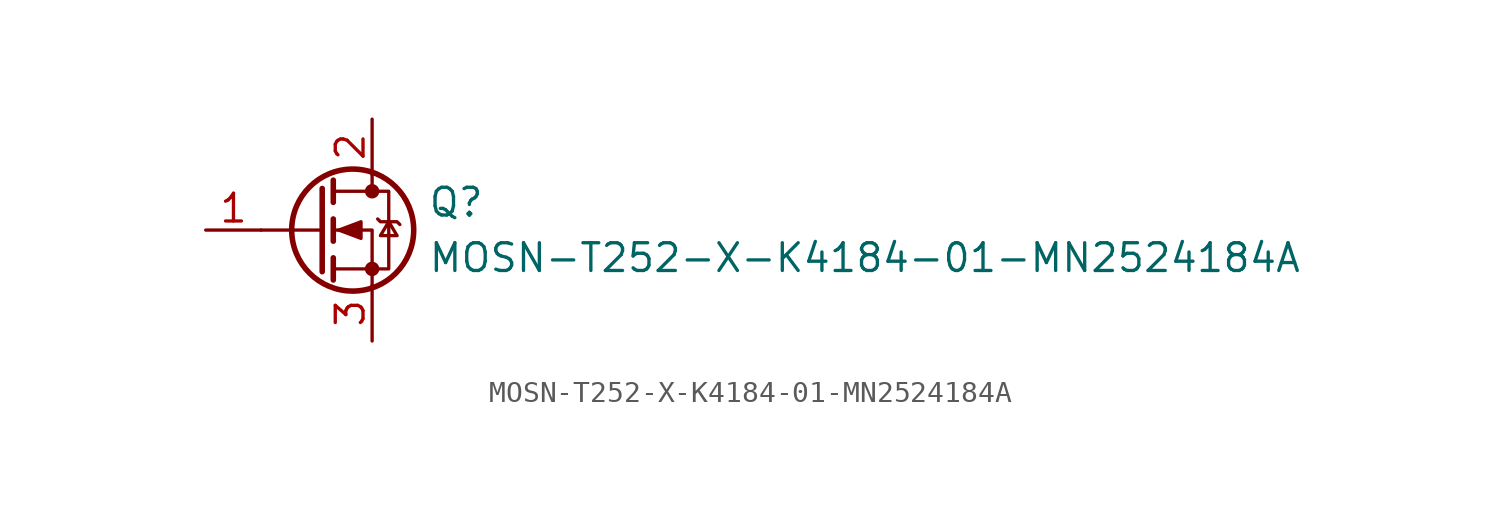
<source format=kicad_sym>
(kicad_symbol_lib
  (version 20211014)
  (generator kicad_symbol_editor)
  (symbol "MOSN-T252-X-K4184-01-MN2524184A"
    (pin_names
      (offset 0) hide)
    (property "Reference" "Q"
      (at 5.08 1.27 0)
      (effects (font (size 1.27 1.27)) (justify left)))
    (property "Value" "MOSN-T252-X-K4184-01-MN2524184A"
      (at 5.08 -1.27 0)
      (effects (font (size 1.27 1.27)) (justify left)))
    (symbol "MOSN-T252-X-K4184-01-MN2524184A_0_1"
      (polyline (pts (xy 0.254 0) (xy -2.54 0)) (stroke (width 0) (type default) (color 0 0 0 0)) (fill (type none)))
      (polyline (pts (xy 0.254 1.905) (xy 0.254 -1.905)) (stroke (width 0.254) (type default) (color 0 0 0 0)) (fill (type none)))
      (polyline (pts (xy 0.762 -1.27) (xy 0.762 -2.286)) (stroke (width 0.254) (type default) (color 0 0 0 0)) (fill (type none)))
      (polyline (pts (xy 0.762 0.508) (xy 0.762 -0.508)) (stroke (width 0.254) (type default) (color 0 0 0 0)) (fill (type none)))
      (polyline (pts (xy 0.762 2.286) (xy 0.762 1.27)) (stroke (width 0.254) (type default) (color 0 0 0 0)) (fill (type none)))
      (polyline (pts (xy 2.54 2.54) (xy 2.54 1.778)) (stroke (width 0) (type default) (color 0 0 0 0)) (fill (type none)))
      (polyline (pts (xy 2.54 -2.54) (xy 2.54 0) (xy 0.762 0)) (stroke (width 0) (type default) (color 0 0 0 0)) (fill (type none)))
      (polyline (pts (xy 0.762 -1.778) (xy 3.302 -1.778) (xy 3.302 1.778) (xy 0.762 1.778)) (stroke (width 0) (type default) (color 0 0 0 0)) (fill (type none)))
      (polyline (pts (xy 1.016 0) (xy 2.032 0.381) (xy 2.032 -0.381) (xy 1.016 0)) (stroke (width 0) (type default) (color 0 0 0 0)) (fill (type outline)))
      (polyline (pts (xy 2.794 0.508) (xy 2.921 0.381) (xy 3.683 0.381) (xy 3.81 0.254)) (stroke (width 0) (type default) (color 0 0 0 0)) (fill (type none)))
      (polyline (pts (xy 3.302 0.381) (xy 2.921 -0.254) (xy 3.683 -0.254) (xy 3.302 0.381)) (stroke (width 0) (type default) (color 0 0 0 0)) (fill (type none)))
      (circle (center 1.651 0) (radius 2.794) (stroke (width 0.254) (type default) (color 0 0 0 0)) (fill (type none)))
      (circle (center 2.54 -1.778) (radius 0.254) (stroke (width 0) (type default) (color 0 0 0 0)) (fill (type outline)))
      (circle (center 2.54 1.778) (radius 0.254) (stroke (width 0) (type default) (color 0 0 0 0)) (fill (type outline))))
    (symbol "MOSN-T252-X-K4184-01-MN2524184A_1_1"
      (pin input line (at -5.08 0 0) (length 2.54) (name "G" (effects (font (size 1.27 1.27)))) (number "1" (effects (font (size 1.27 1.27)))))
      (pin passive line (at 2.54 5.08 270) (length 2.54) (name "D" (effects (font (size 1.27 1.27)))) (number "2" (effects (font (size 1.27 1.27)))))
      (pin passive line (at 2.54 -5.08 90) (length 2.54) (name "S" (effects (font (size 1.27 1.27)))) (number "3" (effects (font (size 1.27 1.27))))))))
</source>
